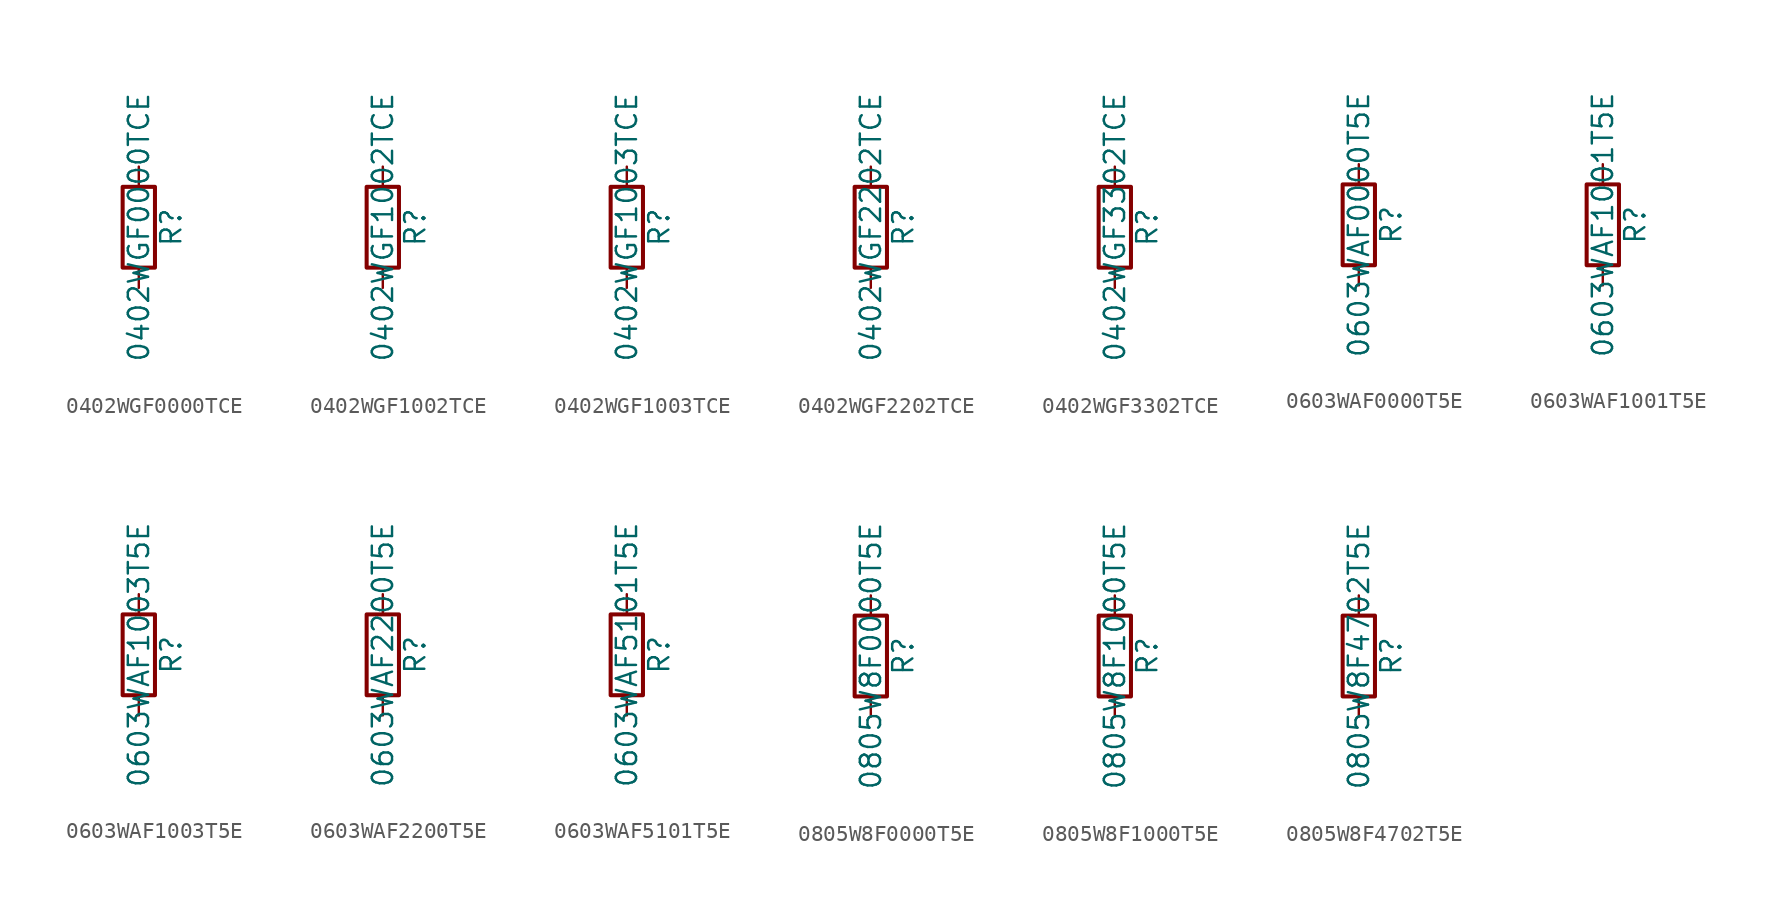
<source format=kicad_sym>
(kicad_symbol_lib
  (version 20211014)
  (generator kicad_symbol_editor)
  (symbol "0402WGF0000TCE"
    (pin_numbers hide)
    (pin_names
      (offset 0))
    (property "Reference" "R"
      (at 2.032 0 90)
      (effects (font (size 1.27 1.27))))
    (property "Value" "0402WGF0000TCE"
      (at 0 0 90)
      (effects (font (size 1.27 1.27))))
    (symbol "0402WGF0000TCE_0_1"
      (rectangle (start -1.016 -2.54) (end 1.016 2.54) (stroke (width 0.254) (type default) (color 0 0 0 0)) (fill (type none))))
    (symbol "0402WGF0000TCE_1_1"
      (pin passive line (at 0 3.81 270) (length 1.27) (name "~" (effects (font (size 1.27 1.27)))) (number "1" (effects (font (size 1.27 1.27)))))
      (pin passive line (at 0 -3.81 90) (length 1.27) (name "~" (effects (font (size 1.27 1.27)))) (number "2" (effects (font (size 1.27 1.27)))))))
  (symbol "0402WGF1002TCE"
    (pin_numbers hide)
    (pin_names
      (offset 0))
    (property "Reference" "R"
      (at 2.032 0 90)
      (effects (font (size 1.27 1.27))))
    (property "Value" "0402WGF1002TCE"
      (at 0 0 90)
      (effects (font (size 1.27 1.27))))
    (symbol "0402WGF1002TCE_0_1"
      (rectangle (start -1.016 -2.54) (end 1.016 2.54) (stroke (width 0.254) (type default) (color 0 0 0 0)) (fill (type none))))
    (symbol "0402WGF1002TCE_1_1"
      (pin passive line (at 0 3.81 270) (length 1.27) (name "~" (effects (font (size 1.27 1.27)))) (number "1" (effects (font (size 1.27 1.27)))))
      (pin passive line (at 0 -3.81 90) (length 1.27) (name "~" (effects (font (size 1.27 1.27)))) (number "2" (effects (font (size 1.27 1.27)))))))
  (symbol "0402WGF1003TCE"
    (pin_numbers hide)
    (pin_names
      (offset 0))
    (property "Reference" "R"
      (at 2.032 0 90)
      (effects (font (size 1.27 1.27))))
    (property "Value" "0402WGF1003TCE"
      (at 0 0 90)
      (effects (font (size 1.27 1.27))))
    (symbol "0402WGF1003TCE_0_1"
      (rectangle (start -1.016 -2.54) (end 1.016 2.54) (stroke (width 0.254) (type default) (color 0 0 0 0)) (fill (type none))))
    (symbol "0402WGF1003TCE_1_1"
      (pin passive line (at 0 3.81 270) (length 1.27) (name "~" (effects (font (size 1.27 1.27)))) (number "1" (effects (font (size 1.27 1.27)))))
      (pin passive line (at 0 -3.81 90) (length 1.27) (name "~" (effects (font (size 1.27 1.27)))) (number "2" (effects (font (size 1.27 1.27)))))))
  (symbol "0402WGF2202TCE"
    (pin_numbers hide)
    (pin_names
      (offset 0))
    (property "Reference" "R"
      (at 2.032 0 90)
      (effects (font (size 1.27 1.27))))
    (property "Value" "0402WGF2202TCE"
      (at 0 0 90)
      (effects (font (size 1.27 1.27))))
    (symbol "0402WGF2202TCE_0_1"
      (rectangle (start -1.016 -2.54) (end 1.016 2.54) (stroke (width 0.254) (type default) (color 0 0 0 0)) (fill (type none))))
    (symbol "0402WGF2202TCE_1_1"
      (pin passive line (at 0 3.81 270) (length 1.27) (name "~" (effects (font (size 1.27 1.27)))) (number "1" (effects (font (size 1.27 1.27)))))
      (pin passive line (at 0 -3.81 90) (length 1.27) (name "~" (effects (font (size 1.27 1.27)))) (number "2" (effects (font (size 1.27 1.27)))))))
  (symbol "0402WGF3302TCE"
    (pin_numbers hide)
    (pin_names
      (offset 0))
    (property "Reference" "R"
      (at 2.032 0 90)
      (effects (font (size 1.27 1.27))))
    (property "Value" "0402WGF3302TCE"
      (at 0 0 90)
      (effects (font (size 1.27 1.27))))
    (symbol "0402WGF3302TCE_0_1"
      (rectangle (start -1.016 -2.54) (end 1.016 2.54) (stroke (width 0.254) (type default) (color 0 0 0 0)) (fill (type none))))
    (symbol "0402WGF3302TCE_1_1"
      (pin passive line (at 0 3.81 270) (length 1.27) (name "~" (effects (font (size 1.27 1.27)))) (number "1" (effects (font (size 1.27 1.27)))))
      (pin passive line (at 0 -3.81 90) (length 1.27) (name "~" (effects (font (size 1.27 1.27)))) (number "2" (effects (font (size 1.27 1.27)))))))
  (symbol "0603WAF0000T5E"
    (pin_numbers hide)
    (pin_names
      (offset 0))
    (property "Reference" "R"
      (at 2.032 0 90)
      (effects (font (size 1.27 1.27))))
    (property "Value" "0603WAF0000T5E"
      (at 0 0 90)
      (effects (font (size 1.27 1.27))))
    (symbol "0603WAF0000T5E_0_1"
      (rectangle (start -1.016 -2.54) (end 1.016 2.54) (stroke (width 0.254) (type default) (color 0 0 0 0)) (fill (type none))))
    (symbol "0603WAF0000T5E_1_1"
      (pin passive line (at 0 3.81 270) (length 1.27) (name "~" (effects (font (size 1.27 1.27)))) (number "1" (effects (font (size 1.27 1.27)))))
      (pin passive line (at 0 -3.81 90) (length 1.27) (name "~" (effects (font (size 1.27 1.27)))) (number "2" (effects (font (size 1.27 1.27)))))))
  (symbol "0603WAF1001T5E"
    (pin_numbers hide)
    (pin_names
      (offset 0))
    (property "Reference" "R"
      (at 2.032 0 90)
      (effects (font (size 1.27 1.27))))
    (property "Value" "0603WAF1001T5E"
      (at 0 0 90)
      (effects (font (size 1.27 1.27))))
    (symbol "0603WAF1001T5E_0_1"
      (rectangle (start -1.016 -2.54) (end 1.016 2.54) (stroke (width 0.254) (type default) (color 0 0 0 0)) (fill (type none))))
    (symbol "0603WAF1001T5E_1_1"
      (pin passive line (at 0 3.81 270) (length 1.27) (name "~" (effects (font (size 1.27 1.27)))) (number "1" (effects (font (size 1.27 1.27)))))
      (pin passive line (at 0 -3.81 90) (length 1.27) (name "~" (effects (font (size 1.27 1.27)))) (number "2" (effects (font (size 1.27 1.27)))))))
  (symbol "0603WAF1003T5E"
    (pin_numbers hide)
    (pin_names
      (offset 0))
    (property "Reference" "R"
      (at 2.032 0 90)
      (effects (font (size 1.27 1.27))))
    (property "Value" "0603WAF1003T5E"
      (at 0 0 90)
      (effects (font (size 1.27 1.27))))
    (symbol "0603WAF1003T5E_0_1"
      (rectangle (start -1.016 -2.54) (end 1.016 2.54) (stroke (width 0.254) (type default) (color 0 0 0 0)) (fill (type none))))
    (symbol "0603WAF1003T5E_1_1"
      (pin passive line (at 0 3.81 270) (length 1.27) (name "~" (effects (font (size 1.27 1.27)))) (number "1" (effects (font (size 1.27 1.27)))))
      (pin passive line (at 0 -3.81 90) (length 1.27) (name "~" (effects (font (size 1.27 1.27)))) (number "2" (effects (font (size 1.27 1.27)))))))
  (symbol "0603WAF2200T5E"
    (pin_numbers hide)
    (pin_names
      (offset 0))
    (property "Reference" "R"
      (at 2.032 0 90)
      (effects (font (size 1.27 1.27))))
    (property "Value" "0603WAF2200T5E"
      (at 0 0 90)
      (effects (font (size 1.27 1.27))))
    (symbol "0603WAF2200T5E_0_1"
      (rectangle (start -1.016 -2.54) (end 1.016 2.54) (stroke (width 0.254) (type default) (color 0 0 0 0)) (fill (type none))))
    (symbol "0603WAF2200T5E_1_1"
      (pin passive line (at 0 3.81 270) (length 1.27) (name "~" (effects (font (size 1.27 1.27)))) (number "1" (effects (font (size 1.27 1.27)))))
      (pin passive line (at 0 -3.81 90) (length 1.27) (name "~" (effects (font (size 1.27 1.27)))) (number "2" (effects (font (size 1.27 1.27)))))))
  (symbol "0603WAF5101T5E"
    (pin_numbers hide)
    (pin_names
      (offset 0))
    (property "Reference" "R"
      (at 2.032 0 90)
      (effects (font (size 1.27 1.27))))
    (property "Value" "0603WAF5101T5E"
      (at 0 0 90)
      (effects (font (size 1.27 1.27))))
    (symbol "0603WAF5101T5E_0_1"
      (rectangle (start -1.016 -2.54) (end 1.016 2.54) (stroke (width 0.254) (type default) (color 0 0 0 0)) (fill (type none))))
    (symbol "0603WAF5101T5E_1_1"
      (pin passive line (at 0 3.81 270) (length 1.27) (name "~" (effects (font (size 1.27 1.27)))) (number "1" (effects (font (size 1.27 1.27)))))
      (pin passive line (at 0 -3.81 90) (length 1.27) (name "~" (effects (font (size 1.27 1.27)))) (number "2" (effects (font (size 1.27 1.27)))))))
  (symbol "0805W8F0000T5E"
    (pin_numbers hide)
    (pin_names
      (offset 0))
    (property "Reference" "R"
      (at 2.032 0 90)
      (effects (font (size 1.27 1.27))))
    (property "Value" "0805W8F0000T5E"
      (at 0 0 90)
      (effects (font (size 1.27 1.27))))
    (symbol "0805W8F0000T5E_0_1"
      (rectangle (start -1.016 -2.54) (end 1.016 2.54) (stroke (width 0.254) (type default) (color 0 0 0 0)) (fill (type none))))
    (symbol "0805W8F0000T5E_1_1"
      (pin passive line (at 0 3.81 270) (length 1.27) (name "~" (effects (font (size 1.27 1.27)))) (number "1" (effects (font (size 1.27 1.27)))))
      (pin passive line (at 0 -3.81 90) (length 1.27) (name "~" (effects (font (size 1.27 1.27)))) (number "2" (effects (font (size 1.27 1.27)))))))
  (symbol "0805W8F1000T5E"
    (pin_numbers hide)
    (pin_names
      (offset 0))
    (property "Reference" "R"
      (at 2.032 0 90)
      (effects (font (size 1.27 1.27))))
    (property "Value" "0805W8F1000T5E"
      (at 0 0 90)
      (effects (font (size 1.27 1.27))))
    (symbol "0805W8F1000T5E_0_1"
      (rectangle (start -1.016 -2.54) (end 1.016 2.54) (stroke (width 0.254) (type default) (color 0 0 0 0)) (fill (type none))))
    (symbol "0805W8F1000T5E_1_1"
      (pin passive line (at 0 3.81 270) (length 1.27) (name "~" (effects (font (size 1.27 1.27)))) (number "1" (effects (font (size 1.27 1.27)))))
      (pin passive line (at 0 -3.81 90) (length 1.27) (name "~" (effects (font (size 1.27 1.27)))) (number "2" (effects (font (size 1.27 1.27)))))))
  (symbol "0805W8F4702T5E"
    (pin_numbers hide)
    (pin_names
      (offset 0))
    (property "Reference" "R"
      (at 2.032 0 90)
      (effects (font (size 1.27 1.27))))
    (property "Value" "0805W8F4702T5E"
      (at 0 0 90)
      (effects (font (size 1.27 1.27))))
    (symbol "0805W8F4702T5E_0_1"
      (rectangle (start -1.016 -2.54) (end 1.016 2.54) (stroke (width 0.254) (type default) (color 0 0 0 0)) (fill (type none))))
    (symbol "0805W8F4702T5E_1_1"
      (pin passive line (at 0 3.81 270) (length 1.27) (name "~" (effects (font (size 1.27 1.27)))) (number "1" (effects (font (size 1.27 1.27)))))
      (pin passive line (at 0 -3.81 90) (length 1.27) (name "~" (effects (font (size 1.27 1.27)))) (number "2" (effects (font (size 1.27 1.27))))))))
</source>
